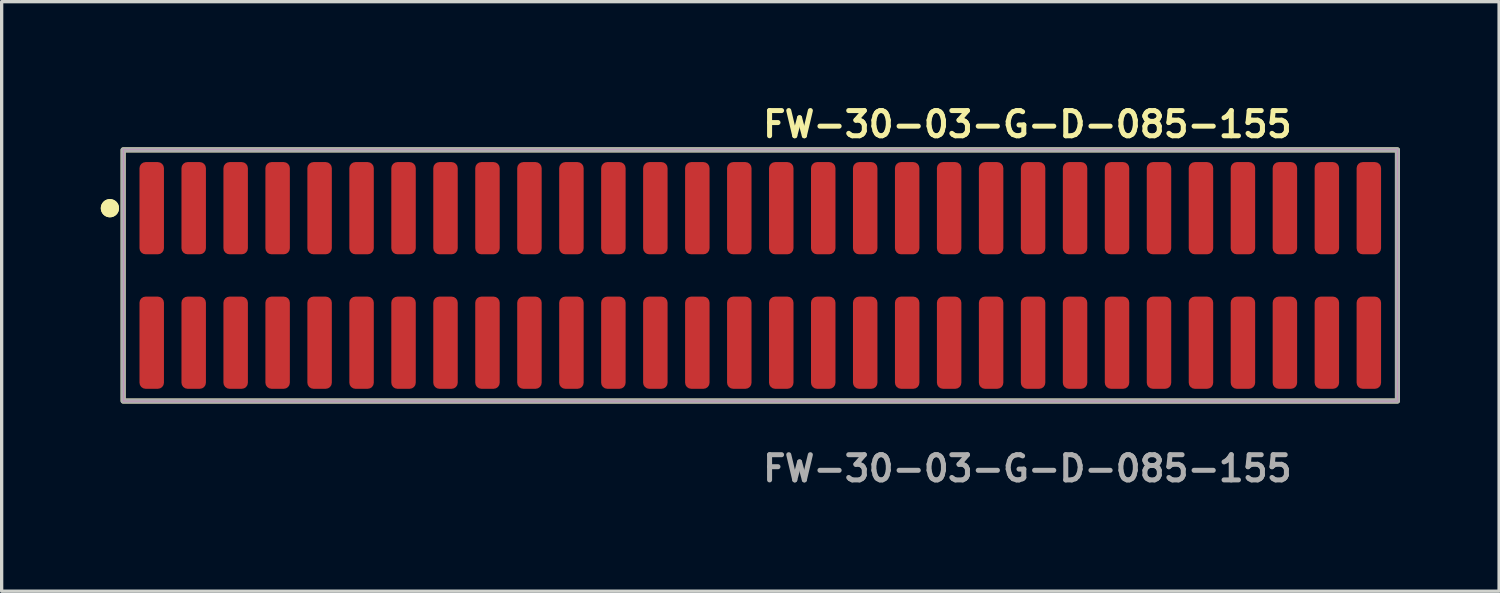
<source format=kicad_pcb>
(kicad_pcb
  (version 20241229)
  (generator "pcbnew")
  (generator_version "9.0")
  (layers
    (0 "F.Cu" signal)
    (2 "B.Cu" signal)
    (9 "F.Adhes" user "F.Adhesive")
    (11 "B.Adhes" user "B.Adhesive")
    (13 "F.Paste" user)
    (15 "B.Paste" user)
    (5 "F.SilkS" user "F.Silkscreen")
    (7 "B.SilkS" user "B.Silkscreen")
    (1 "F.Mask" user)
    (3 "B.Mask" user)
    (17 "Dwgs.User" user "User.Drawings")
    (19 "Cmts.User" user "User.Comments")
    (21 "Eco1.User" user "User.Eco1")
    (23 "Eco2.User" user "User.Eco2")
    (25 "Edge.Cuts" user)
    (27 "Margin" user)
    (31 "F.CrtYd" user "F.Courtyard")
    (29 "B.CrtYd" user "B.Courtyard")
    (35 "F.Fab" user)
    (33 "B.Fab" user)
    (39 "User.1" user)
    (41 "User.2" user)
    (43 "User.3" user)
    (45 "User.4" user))
  (footprint "FW-30-03-G-D-085-155"
    (layer "F.Cu")
    (at 19.956 5.285)
    (property "Reference" "FW-30-03-G-D-085-155" (at 0 -4.572 0) (unlocked yes) (layer "F.SilkS") (effects (font (size 0.762 0.762) (thickness 0.152)) (justify left)))
    (fp_rect (start -19.28 3.8) (end 19.28 -3.8) (stroke (width 0.152) (type solid)) (fill no) (layer "F.SilkS"))
    (fp_circle (center -19.68 -2.035) (end -19.88 -2.035) (stroke (width 0.152) (type solid)) (fill yes) (layer "F.SilkS"))
    (fp_circle (center -19.68 -2.035) (end -19.88 -2.035) (stroke (width 0.152) (type solid)) (fill yes) (layer "F.SilkS"))
    (fp_rect (start -19.28 3.8) (end 19.28 -3.8) (stroke (width 0.006) (type solid)) (fill no) (layer "F.CrtYd"))
    (fp_rect (start -19.28 3.8) (end 19.28 -3.8) (stroke (width 0.152) (type solid)) (fill no) (layer "F.Fab"))
    (fp_text user "${REFERENCE}" (at 0 5.842 0) (unlocked yes) (layer "F.Fab") (effects (font (size 0.762 0.762) (thickness 0.152)) (justify left)))
    (pad "1" smd roundrect (at -18.415 -2.035) (size 0.74 2.79) (layers "F.Cu" "F.Paste") (roundrect_rratio 0.25))
    (pad "2" smd roundrect (at -18.415 2.035) (size 0.74 2.79) (layers "F.Cu" "F.Paste") (roundrect_rratio 0.25))
    (pad "3" smd roundrect (at -17.145 -2.035) (size 0.74 2.79) (layers "F.Cu" "F.Paste") (roundrect_rratio 0.25))
    (pad "4" smd roundrect (at -17.145 2.035) (size 0.74 2.79) (layers "F.Cu" "F.Paste") (roundrect_rratio 0.25))
    (pad "5" smd roundrect (at -15.875 -2.035) (size 0.74 2.79) (layers "F.Cu" "F.Paste") (roundrect_rratio 0.25))
    (pad "6" smd roundrect (at -15.875 2.035) (size 0.74 2.79) (layers "F.Cu" "F.Paste") (roundrect_rratio 0.25))
    (pad "7" smd roundrect (at -14.605 -2.035) (size 0.74 2.79) (layers "F.Cu" "F.Paste") (roundrect_rratio 0.25))
    (pad "8" smd roundrect (at -14.605 2.035) (size 0.74 2.79) (layers "F.Cu" "F.Paste") (roundrect_rratio 0.25))
    (pad "9" smd roundrect (at -13.335 -2.035) (size 0.74 2.79) (layers "F.Cu" "F.Paste") (roundrect_rratio 0.25))
    (pad "10" smd roundrect (at -13.335 2.035) (size 0.74 2.79) (layers "F.Cu" "F.Paste") (roundrect_rratio 0.25))
    (pad "11" smd roundrect (at -12.065 -2.035) (size 0.74 2.79) (layers "F.Cu" "F.Paste") (roundrect_rratio 0.25))
    (pad "12" smd roundrect (at -12.065 2.035) (size 0.74 2.79) (layers "F.Cu" "F.Paste") (roundrect_rratio 0.25))
    (pad "13" smd roundrect (at -10.795 -2.035) (size 0.74 2.79) (layers "F.Cu" "F.Paste") (roundrect_rratio 0.25))
    (pad "14" smd roundrect (at -10.795 2.035) (size 0.74 2.79) (layers "F.Cu" "F.Paste") (roundrect_rratio 0.25))
    (pad "15" smd roundrect (at -9.525 -2.035) (size 0.74 2.79) (layers "F.Cu" "F.Paste") (roundrect_rratio 0.25))
    (pad "16" smd roundrect (at -9.525 2.035) (size 0.74 2.79) (layers "F.Cu" "F.Paste") (roundrect_rratio 0.25))
    (pad "17" smd roundrect (at -8.255 -2.035) (size 0.74 2.79) (layers "F.Cu" "F.Paste") (roundrect_rratio 0.25))
    (pad "18" smd roundrect (at -8.255 2.035) (size 0.74 2.79) (layers "F.Cu" "F.Paste") (roundrect_rratio 0.25))
    (pad "19" smd roundrect (at -6.985 -2.035) (size 0.74 2.79) (layers "F.Cu" "F.Paste") (roundrect_rratio 0.25))
    (pad "20" smd roundrect (at -6.985 2.035) (size 0.74 2.79) (layers "F.Cu" "F.Paste") (roundrect_rratio 0.25))
    (pad "21" smd roundrect (at -5.715 -2.035) (size 0.74 2.79) (layers "F.Cu" "F.Paste") (roundrect_rratio 0.25))
    (pad "22" smd roundrect (at -5.715 2.035) (size 0.74 2.79) (layers "F.Cu" "F.Paste") (roundrect_rratio 0.25))
    (pad "23" smd roundrect (at -4.445 -2.035) (size 0.74 2.79) (layers "F.Cu" "F.Paste") (roundrect_rratio 0.25))
    (pad "24" smd roundrect (at -4.445 2.035) (size 0.74 2.79) (layers "F.Cu" "F.Paste") (roundrect_rratio 0.25))
    (pad "25" smd roundrect (at -3.175 -2.035) (size 0.74 2.79) (layers "F.Cu" "F.Paste") (roundrect_rratio 0.25))
    (pad "26" smd roundrect (at -3.175 2.035) (size 0.74 2.79) (layers "F.Cu" "F.Paste") (roundrect_rratio 0.25))
    (pad "27" smd roundrect (at -1.905 -2.035) (size 0.74 2.79) (layers "F.Cu" "F.Paste") (roundrect_rratio 0.25))
    (pad "28" smd roundrect (at -1.905 2.035) (size 0.74 2.79) (layers "F.Cu" "F.Paste") (roundrect_rratio 0.25))
    (pad "29" smd roundrect (at -0.635 -2.035) (size 0.74 2.79) (layers "F.Cu" "F.Paste") (roundrect_rratio 0.25))
    (pad "30" smd roundrect (at -0.635 2.035) (size 0.74 2.79) (layers "F.Cu" "F.Paste") (roundrect_rratio 0.25))
    (pad "31" smd roundrect (at 0.635 -2.035) (size 0.74 2.79) (layers "F.Cu" "F.Paste") (roundrect_rratio 0.25))
    (pad "32" smd roundrect (at 0.635 2.035) (size 0.74 2.79) (layers "F.Cu" "F.Paste") (roundrect_rratio 0.25))
    (pad "33" smd roundrect (at 1.905 -2.035) (size 0.74 2.79) (layers "F.Cu" "F.Paste") (roundrect_rratio 0.25))
    (pad "34" smd roundrect (at 1.905 2.035) (size 0.74 2.79) (layers "F.Cu" "F.Paste") (roundrect_rratio 0.25))
    (pad "35" smd roundrect (at 3.175 -2.035) (size 0.74 2.79) (layers "F.Cu" "F.Paste") (roundrect_rratio 0.25))
    (pad "36" smd roundrect (at 3.175 2.035) (size 0.74 2.79) (layers "F.Cu" "F.Paste") (roundrect_rratio 0.25))
    (pad "37" smd roundrect (at 4.445 -2.035) (size 0.74 2.79) (layers "F.Cu" "F.Paste") (roundrect_rratio 0.25))
    (pad "38" smd roundrect (at 4.445 2.035) (size 0.74 2.79) (layers "F.Cu" "F.Paste") (roundrect_rratio 0.25))
    (pad "39" smd roundrect (at 5.715 -2.035) (size 0.74 2.79) (layers "F.Cu" "F.Paste") (roundrect_rratio 0.25))
    (pad "40" smd roundrect (at 5.715 2.035) (size 0.74 2.79) (layers "F.Cu" "F.Paste") (roundrect_rratio 0.25))
    (pad "41" smd roundrect (at 6.985 -2.035) (size 0.74 2.79) (layers "F.Cu" "F.Paste") (roundrect_rratio 0.25))
    (pad "42" smd roundrect (at 6.985 2.035) (size 0.74 2.79) (layers "F.Cu" "F.Paste") (roundrect_rratio 0.25))
    (pad "43" smd roundrect (at 8.255 -2.035) (size 0.74 2.79) (layers "F.Cu" "F.Paste") (roundrect_rratio 0.25))
    (pad "44" smd roundrect (at 8.255 2.035) (size 0.74 2.79) (layers "F.Cu" "F.Paste") (roundrect_rratio 0.25))
    (pad "45" smd roundrect (at 9.525 -2.035) (size 0.74 2.79) (layers "F.Cu" "F.Paste") (roundrect_rratio 0.25))
    (pad "46" smd roundrect (at 9.525 2.035) (size 0.74 2.79) (layers "F.Cu" "F.Paste") (roundrect_rratio 0.25))
    (pad "47" smd roundrect (at 10.795 -2.035) (size 0.74 2.79) (layers "F.Cu" "F.Paste") (roundrect_rratio 0.25))
    (pad "48" smd roundrect (at 10.795 2.035) (size 0.74 2.79) (layers "F.Cu" "F.Paste") (roundrect_rratio 0.25))
    (pad "49" smd roundrect (at 12.065 -2.035) (size 0.74 2.79) (layers "F.Cu" "F.Paste") (roundrect_rratio 0.25))
    (pad "50" smd roundrect (at 12.065 2.035) (size 0.74 2.79) (layers "F.Cu" "F.Paste") (roundrect_rratio 0.25))
    (pad "51" smd roundrect (at 13.335 -2.035) (size 0.74 2.79) (layers "F.Cu" "F.Paste") (roundrect_rratio 0.25))
    (pad "52" smd roundrect (at 13.335 2.035) (size 0.74 2.79) (layers "F.Cu" "F.Paste") (roundrect_rratio 0.25))
    (pad "53" smd roundrect (at 14.605 -2.035) (size 0.74 2.79) (layers "F.Cu" "F.Paste") (roundrect_rratio 0.25))
    (pad "54" smd roundrect (at 14.605 2.035) (size 0.74 2.79) (layers "F.Cu" "F.Paste") (roundrect_rratio 0.25))
    (pad "55" smd roundrect (at 15.875 -2.035) (size 0.74 2.79) (layers "F.Cu" "F.Paste") (roundrect_rratio 0.25))
    (pad "56" smd roundrect (at 15.875 2.035) (size 0.74 2.79) (layers "F.Cu" "F.Paste") (roundrect_rratio 0.25))
    (pad "57" smd roundrect (at 17.145 -2.035) (size 0.74 2.79) (layers "F.Cu" "F.Paste") (roundrect_rratio 0.25))
    (pad "58" smd roundrect (at 17.145 2.035) (size 0.74 2.79) (layers "F.Cu" "F.Paste") (roundrect_rratio 0.25))
    (pad "59" smd roundrect (at 18.415 -2.035) (size 0.74 2.79) (layers "F.Cu" "F.Paste") (roundrect_rratio 0.25))
    (pad "60" smd roundrect (at 18.415 2.035) (size 0.74 2.79) (layers "F.Cu" "F.Paste") (roundrect_rratio 0.25)))
  (gr_rect
    (start -3 -3)
    (end 42.312 14.84)
    (stroke (width 0.1) (type default))
    (fill no)
    (layer "Edge.Cuts")))
</source>
